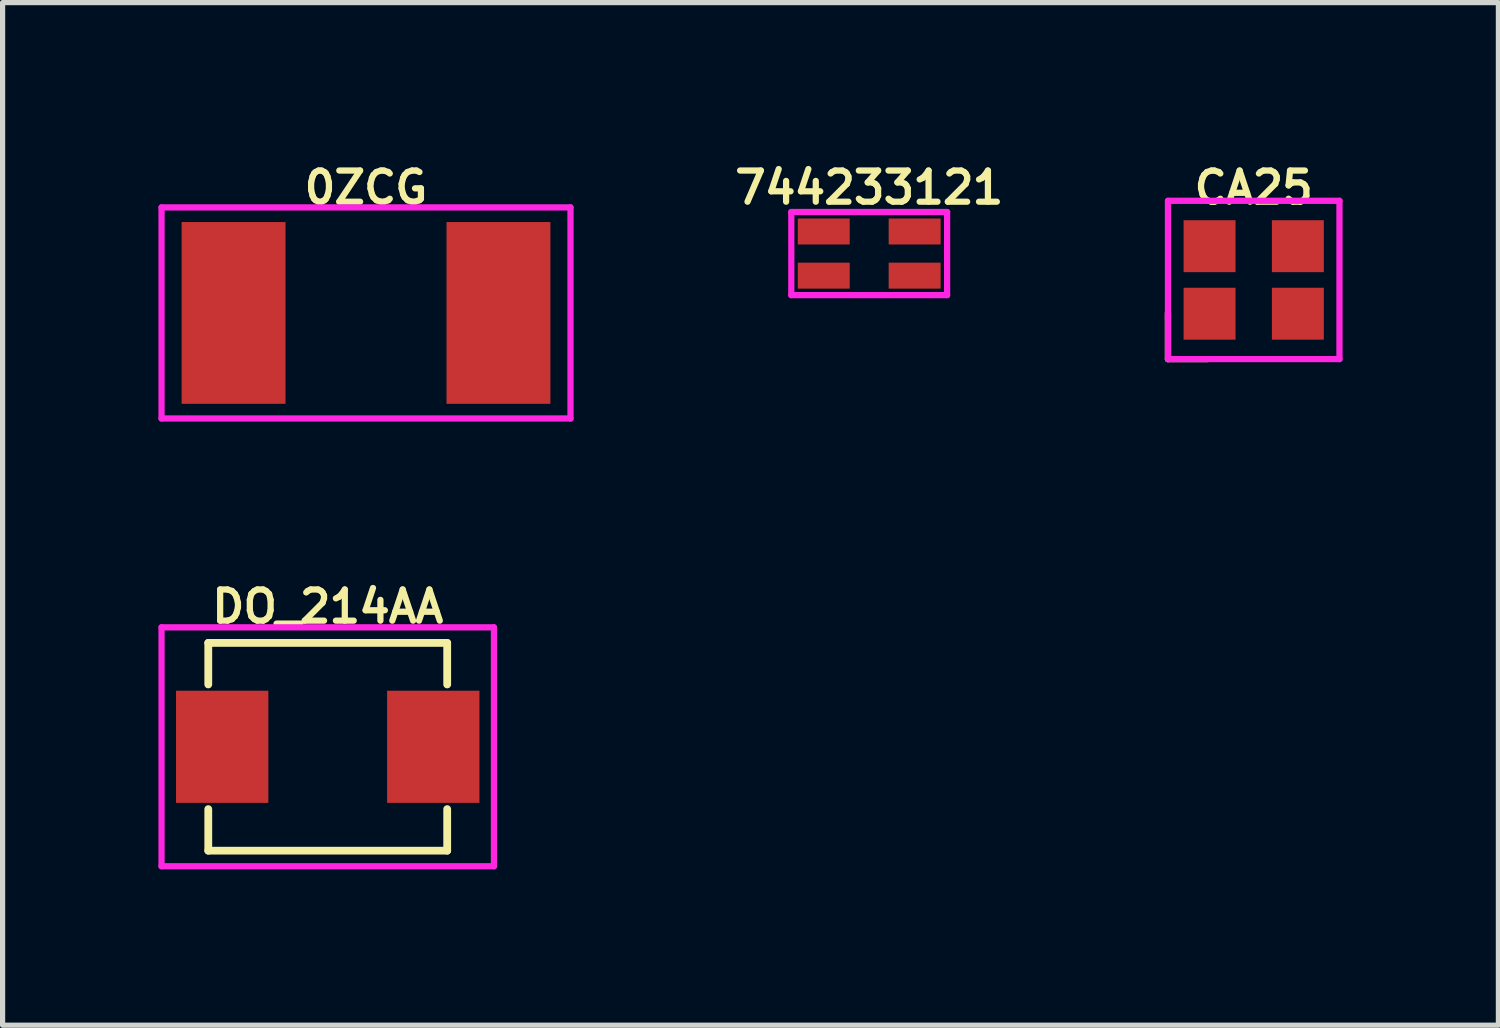
<source format=kicad_pcb>
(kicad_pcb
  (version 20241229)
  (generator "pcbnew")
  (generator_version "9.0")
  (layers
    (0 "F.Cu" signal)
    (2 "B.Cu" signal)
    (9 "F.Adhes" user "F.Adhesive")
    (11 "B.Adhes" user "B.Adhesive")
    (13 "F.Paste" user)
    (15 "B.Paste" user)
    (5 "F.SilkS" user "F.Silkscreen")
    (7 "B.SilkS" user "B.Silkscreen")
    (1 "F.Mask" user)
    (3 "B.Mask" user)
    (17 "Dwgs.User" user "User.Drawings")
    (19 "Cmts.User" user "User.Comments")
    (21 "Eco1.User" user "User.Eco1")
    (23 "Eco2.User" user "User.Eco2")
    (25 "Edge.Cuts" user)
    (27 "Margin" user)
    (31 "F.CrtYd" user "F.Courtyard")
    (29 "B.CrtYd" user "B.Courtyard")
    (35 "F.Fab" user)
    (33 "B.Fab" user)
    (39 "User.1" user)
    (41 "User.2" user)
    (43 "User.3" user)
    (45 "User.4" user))
  (footprint "CA25"
    (layer "F.Cu")
    (at 21.088 2.34)
    (property "Reference" "CA25" (at 0 -1.778 0) (layer "F.SilkS") (effects (font (size 0.6 0.6) (thickness 0.12))))
    (attr through_hole)
    (fp_line (start -1.651 1.524) (end -1.651 0.635) (stroke (width 0.12) (type solid)) (layer "F.SilkS"))
    (fp_line (start -0.889 1.524) (end -1.651 1.524) (stroke (width 0.12) (type solid)) (layer "F.SilkS"))
    (fp_line (start -1.651 -1.524) (end -1.651 0.762) (stroke (width 0.12) (type solid)) (layer "F.CrtYd"))
    (fp_line (start -1.651 0.635) (end -1.651 1.524) (stroke (width 0.12) (type solid)) (layer "F.CrtYd"))
    (fp_line (start -1.651 1.524) (end 1.651 1.524) (stroke (width 0.12) (type solid)) (layer "F.CrtYd"))
    (fp_line (start 1.651 -1.524) (end -1.651 -1.524) (stroke (width 0.12) (type solid)) (layer "F.CrtYd"))
    (fp_line (start 1.651 1.524) (end 1.651 -1.524) (stroke (width 0.12) (type solid)) (layer "F.CrtYd"))
    (pad "1" smd rect (at -0.85 0.65) (size 1 1) (layers "F.Cu" "F.Mask" "F.Paste"))
    (pad "2" smd rect (at 0.85 0.65) (size 1 1) (layers "F.Cu" "F.Mask" "F.Paste"))
    (pad "3" smd rect (at 0.85 -0.65) (size 1 1) (layers "F.Cu" "F.Mask" "F.Paste"))
    (pad "4" smd rect (at -0.85 -0.65) (size 1 1) (layers "F.Cu" "F.Mask" "F.Paste")))
  (footprint "DO_214AA"
    (layer "F.Cu")
    (at 3.26 11.328)
    (property "Reference" "DO_214AA" (at 0 -2.7 0) (layer "F.SilkS") (effects (font (size 0.6 0.6) (thickness 0.12))))
    (attr smd)
    (fp_line (start -2.3 -2) (end 2.3 -2) (stroke (width 0.15) (type solid)) (layer "F.SilkS"))
    (fp_line (start -2.3 -1.2) (end -2.3 -2) (stroke (width 0.15) (type solid)) (layer "F.SilkS"))
    (fp_line (start -2.3 1.2) (end -2.3 2) (stroke (width 0.15) (type solid)) (layer "F.SilkS"))
    (fp_line (start -2.3 2) (end 2.3 2) (stroke (width 0.15) (type solid)) (layer "F.SilkS"))
    (fp_line (start 2.3 -2) (end 2.3 -1.2) (stroke (width 0.15) (type solid)) (layer "F.SilkS"))
    (fp_line (start 2.3 2) (end 2.3 1.2) (stroke (width 0.15) (type solid)) (layer "F.SilkS"))
    (fp_line (start -3.2 -2.3) (end 3.2 -2.3) (stroke (width 0.12) (type solid)) (layer "F.CrtYd"))
    (fp_line (start -3.2 2.3) (end -3.2 -2.3) (stroke (width 0.12) (type solid)) (layer "F.CrtYd"))
    (fp_line (start 3.2 -2.3) (end 3.2 2.3) (stroke (width 0.12) (type solid)) (layer "F.CrtYd"))
    (fp_line (start 3.2 2.3) (end -3.2 2.3) (stroke (width 0.12) (type solid)) (layer "F.CrtYd"))
    (pad "1" smd rect (at 2.032 0) (size 1.778 2.159) (layers "F.Cu" "F.Mask" "F.Paste"))
    (pad "2" smd rect (at -2.032 0) (size 1.778 2.159) (layers "F.Cu" "F.Mask" "F.Paste")))
  (footprint "744233121"
    (layer "F.Cu")
    (at 13.685 1.832)
    (property "Reference" "744233121" (at 0 -1.27 0) (layer "F.SilkS") (effects (font (size 0.6 0.6) (thickness 0.12))))
    (attr through_hole)
    (fp_line (start -1.5 -0.8) (end 1.5 -0.8) (stroke (width 0.12) (type solid)) (layer "F.CrtYd"))
    (fp_line (start -1.5 0.8) (end -1.5 -0.8) (stroke (width 0.12) (type solid)) (layer "F.CrtYd"))
    (fp_line (start 1.5 -0.8) (end 1.5 0.8) (stroke (width 0.12) (type solid)) (layer "F.CrtYd"))
    (fp_line (start 1.5 0.8) (end -1.5 0.8) (stroke (width 0.12) (type solid)) (layer "F.CrtYd"))
    (pad "1" smd rect (at -0.875 -0.425) (size 1 0.5) (layers "F.Cu" "F.Mask" "F.Paste"))
    (pad "2" smd rect (at 0.875 -0.425) (size 1 0.5) (layers "F.Cu" "F.Mask" "F.Paste"))
    (pad "3" smd rect (at 0.875 0.425) (size 1 0.5) (layers "F.Cu" "F.Mask" "F.Paste"))
    (pad "4" smd rect (at -0.875 0.425) (size 1 0.5) (layers "F.Cu" "F.Mask" "F.Paste")))
  (footprint "0ZCG"
    (layer "F.Cu")
    (at 3.997 2.975)
    (property "Reference" "0ZCG" (at 0 -2.413 0) (layer "F.SilkS") (effects (font (size 0.6 0.6) (thickness 0.12))))
    (attr through_hole)
    (fp_line (start -3.937 -2.032) (end 3.937 -2.032) (stroke (width 0.12) (type solid)) (layer "F.CrtYd"))
    (fp_line (start -3.937 2.032) (end -3.937 -2.032) (stroke (width 0.12) (type solid)) (layer "F.CrtYd"))
    (fp_line (start 3.937 -2.032) (end 3.937 2.032) (stroke (width 0.12) (type solid)) (layer "F.CrtYd"))
    (fp_line (start 3.937 2.032) (end -3.937 2.032) (stroke (width 0.12) (type solid)) (layer "F.CrtYd"))
    (pad "1" smd rect (at -2.55 0) (size 2 3.5) (layers "F.Cu" "F.Mask" "F.Paste"))
    (pad "2" smd rect (at 2.55 0) (size 2 3.5) (layers "F.Cu" "F.Mask" "F.Paste")))
  (gr_rect
    (start -3 -3)
    (end 25.799 16.688)
    (stroke (width 0.1) (type default))
    (fill no)
    (layer "Edge.Cuts")))
</source>
